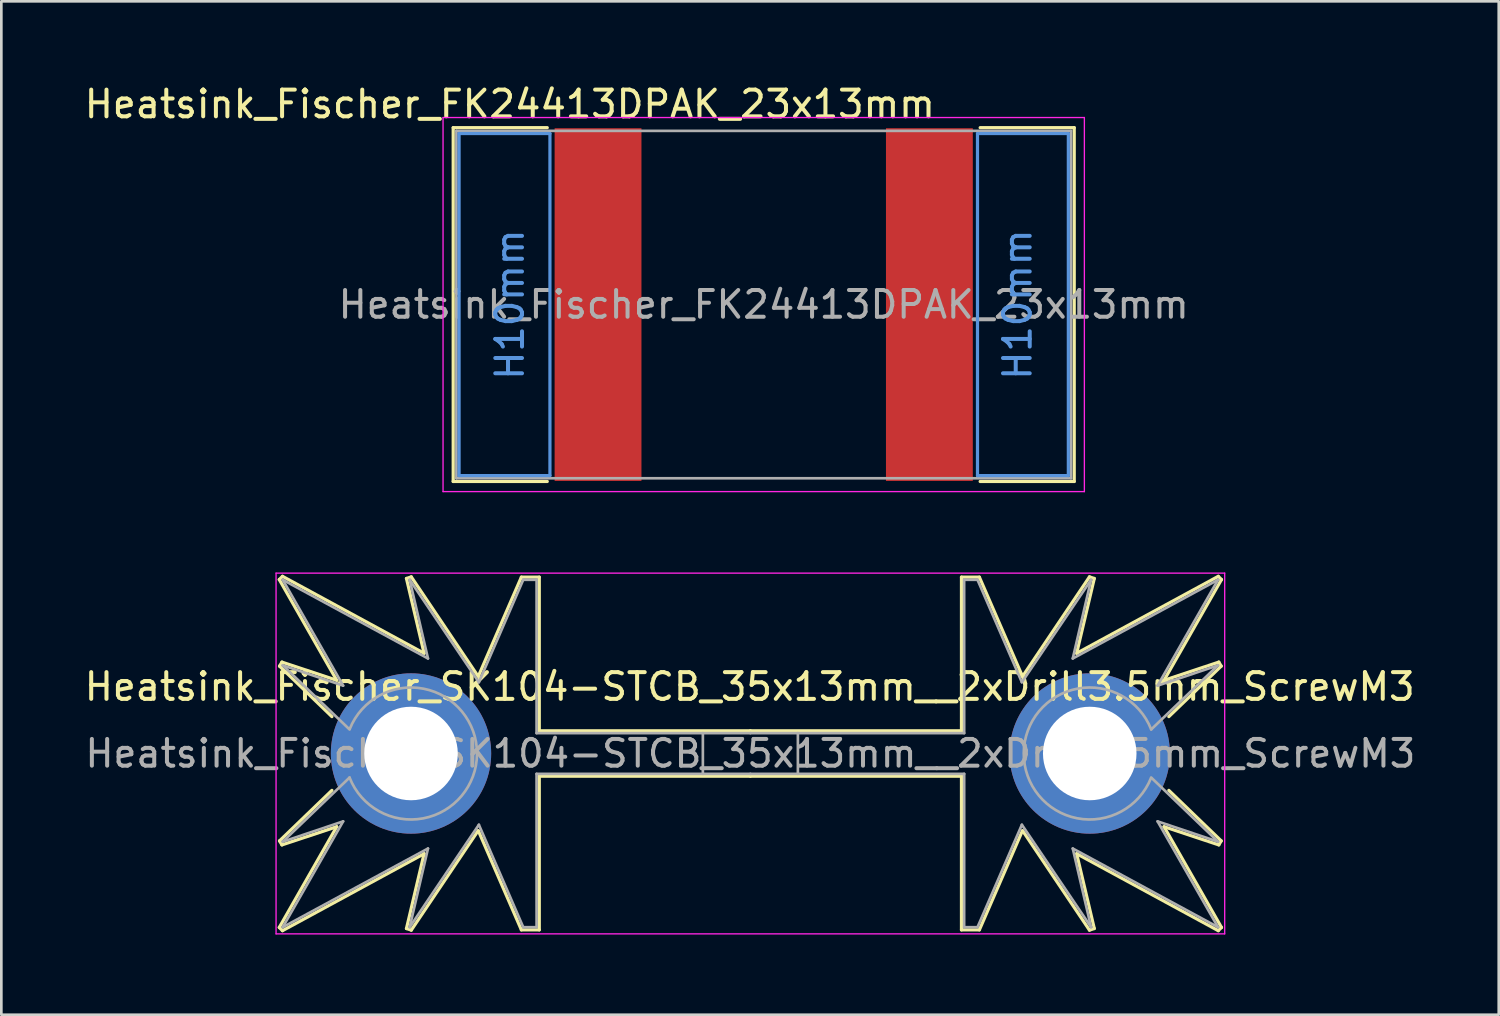
<source format=kicad_pcb>
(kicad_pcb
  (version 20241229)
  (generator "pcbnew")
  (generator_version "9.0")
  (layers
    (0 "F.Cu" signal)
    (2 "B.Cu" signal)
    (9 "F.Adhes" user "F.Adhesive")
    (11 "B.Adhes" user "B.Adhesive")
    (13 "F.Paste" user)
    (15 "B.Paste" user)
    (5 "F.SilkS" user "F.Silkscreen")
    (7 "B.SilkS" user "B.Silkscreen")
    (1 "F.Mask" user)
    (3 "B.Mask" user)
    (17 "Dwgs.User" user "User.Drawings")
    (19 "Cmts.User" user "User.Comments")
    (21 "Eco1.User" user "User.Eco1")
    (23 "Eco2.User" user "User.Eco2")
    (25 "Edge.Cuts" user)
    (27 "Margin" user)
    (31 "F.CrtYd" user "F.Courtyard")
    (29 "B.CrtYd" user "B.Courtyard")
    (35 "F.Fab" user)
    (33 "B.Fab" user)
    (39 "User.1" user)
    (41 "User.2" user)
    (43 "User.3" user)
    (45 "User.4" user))
  (footprint "Heatsink_Fischer_FK24413DPAK_23x13mm"
    (layer "F.Cu")
    (at 25.53 8.348)
    (property "Reference" "Heatsink_Fischer_FK24413DPAK_23x13mm" (at -9.5 -7.5 180) (layer "F.SilkS") (effects (font (size 1 1) (thickness 0.15))))
    (attr smd)
    (fp_line (start -11.62 -6.62) (end -8.1 -6.62) (stroke (width 0.12) (type solid)) (layer "F.SilkS"))
    (fp_line (start -11.62 6.62) (end -11.62 -6.62) (stroke (width 0.12) (type solid)) (layer "F.SilkS"))
    (fp_line (start -11.62 6.62) (end -8.1 6.62) (stroke (width 0.12) (type solid)) (layer "F.SilkS"))
    (fp_line (start 8.1 -6.62) (end 11.62 -6.62) (stroke (width 0.12) (type solid)) (layer "F.SilkS"))
    (fp_line (start 8.1 6.62) (end 11.62 6.62) (stroke (width 0.12) (type solid)) (layer "F.SilkS"))
    (fp_line (start 11.62 -6.62) (end 11.62 6.62) (stroke (width 0.12) (type solid)) (layer "F.SilkS"))
    (fp_line (start -11.4 -6.4) (end -8 -6.4) (stroke (width 0.12) (type solid)) (layer "Cmts.User"))
    (fp_line (start -11.4 6.4) (end -11.4 -6.4) (stroke (width 0.12) (type solid)) (layer "Cmts.User"))
    (fp_line (start -8 -6.4) (end -8 6.4) (stroke (width 0.12) (type solid)) (layer "Cmts.User"))
    (fp_line (start -8 6.4) (end -11.4 6.4) (stroke (width 0.12) (type solid)) (layer "Cmts.User"))
    (fp_line (start 8 6.4) (end 8 -6.4) (stroke (width 0.12) (type solid)) (layer "Cmts.User"))
    (fp_line (start 8 6.4) (end 11.4 6.4) (stroke (width 0.12) (type solid)) (layer "Cmts.User"))
    (fp_line (start 11.4 -6.4) (end 8 -6.4) (stroke (width 0.12) (type solid)) (layer "Cmts.User"))
    (fp_line (start 11.4 6.4) (end 11.4 -6.4) (stroke (width 0.12) (type solid)) (layer "Cmts.User"))
    (fp_line (start -12 -7) (end -12 7) (stroke (width 0.05) (type solid)) (layer "F.CrtYd"))
    (fp_line (start -12 -7) (end 12 -7) (stroke (width 0.05) (type solid)) (layer "F.CrtYd"))
    (fp_line (start 12 7) (end -12 7) (stroke (width 0.05) (type solid)) (layer "F.CrtYd"))
    (fp_line (start 12 7) (end 12 -7) (stroke (width 0.05) (type solid)) (layer "F.CrtYd"))
    (fp_line (start -11.5 -6.5) (end 11.5 -6.5) (stroke (width 0.1) (type solid)) (layer "F.Fab"))
    (fp_line (start -11.5 6.5) (end -11.5 -6.5) (stroke (width 0.1) (type solid)) (layer "F.Fab"))
    (fp_line (start 11.5 -6.5) (end 11.5 6.5) (stroke (width 0.1) (type solid)) (layer "F.Fab"))
    (fp_line (start 11.5 6.5) (end -11.5 6.5) (stroke (width 0.1) (type solid)) (layer "F.Fab"))
    (fp_text user "H10mm" (at 9.5 0 90) (layer "Cmts.User") (effects (font (size 1 1) (thickness 0.15))))
    (fp_text user "H10mm" (at -9.5 0 90) (layer "Cmts.User") (effects (font (size 1 1) (thickness 0.15))))
    (fp_text user "${REFERENCE}" (at 0 0 0) (layer "F.Fab") (effects (font (size 1 1) (thickness 0.15))))
    (pad "1" smd rect (at -6.2 0 180) (size 3.25 13.2) (layers "F.Cu" "F.Mask" "F.Paste"))
    (pad "1" smd rect (at 6.2 0) (size 3.25 13.2) (layers "F.Cu" "F.Mask" "F.Paste")))
  (footprint "Heatsink_Fischer_SK104-STCB_35x13mm__2xDrill3.5mm_ScrewM3"
    (layer "F.Cu")
    (at 25.031 25.148)
    (property "Reference" "Heatsink_Fischer_SK104-STCB_35x13mm__2xDrill3.5mm_ScrewM3" (at -0.025 -2.5 0) (layer "F.SilkS") (effects (font (size 1 1) (thickness 0.15))))
    (attr through_hole)
    (fp_line (start -17.63 -6.51) (end -15.48 -2.74) (stroke (width 0.12) (type solid)) (layer "F.SilkS"))
    (fp_line (start -17.63 6.51) (end -15.48 2.74) (stroke (width 0.12) (type solid)) (layer "F.SilkS"))
    (fp_line (start -17.62 -3.27) (end -15.66 -1.38) (stroke (width 0.12) (type solid)) (layer "F.SilkS"))
    (fp_line (start -17.62 3.27) (end -15.66 1.38) (stroke (width 0.12) (type solid)) (layer "F.SilkS"))
    (fp_line (start -17.53 -3.42) (end -17.62 -3.27) (stroke (width 0.12) (type solid)) (layer "F.SilkS"))
    (fp_line (start -17.53 3.42) (end -17.62 3.27) (stroke (width 0.12) (type solid)) (layer "F.SilkS"))
    (fp_line (start -17.51 -6.63) (end -17.63 -6.51) (stroke (width 0.12) (type solid)) (layer "F.SilkS"))
    (fp_line (start -17.51 6.63) (end -17.63 6.51) (stroke (width 0.12) (type solid)) (layer "F.SilkS"))
    (fp_line (start -15.48 -2.74) (end -17.53 -3.42) (stroke (width 0.12) (type solid)) (layer "F.SilkS"))
    (fp_line (start -15.48 2.74) (end -17.53 3.42) (stroke (width 0.12) (type solid)) (layer "F.SilkS"))
    (fp_line (start -12.87 -6.55) (end -12.21 -3.75) (stroke (width 0.12) (type solid)) (layer "F.SilkS"))
    (fp_line (start -12.87 6.55) (end -12.21 3.75) (stroke (width 0.12) (type solid)) (layer "F.SilkS"))
    (fp_line (start -12.69 -6.61) (end -12.87 -6.55) (stroke (width 0.12) (type solid)) (layer "F.SilkS"))
    (fp_line (start -12.69 6.61) (end -12.87 6.55) (stroke (width 0.12) (type solid)) (layer "F.SilkS"))
    (fp_line (start -12.21 -3.75) (end -17.51 -6.63) (stroke (width 0.12) (type solid)) (layer "F.SilkS"))
    (fp_line (start -12.21 3.75) (end -17.51 6.63) (stroke (width 0.12) (type solid)) (layer "F.SilkS"))
    (fp_line (start -10.19 -2.89) (end -12.69 -6.61) (stroke (width 0.12) (type solid)) (layer "F.SilkS"))
    (fp_line (start -10.19 2.89) (end -12.69 6.61) (stroke (width 0.12) (type solid)) (layer "F.SilkS"))
    (fp_line (start -8.57 -6.6) (end -10.18 -2.89) (stroke (width 0.12) (type solid)) (layer "F.SilkS"))
    (fp_line (start -8.57 6.6) (end -10.18 2.89) (stroke (width 0.12) (type solid)) (layer "F.SilkS"))
    (fp_line (start -7.9 -6.6) (end -8.57 -6.6) (stroke (width 0.12) (type solid)) (layer "F.SilkS"))
    (fp_line (start -7.9 -0.85) (end -7.9 -6.6) (stroke (width 0.12) (type solid)) (layer "F.SilkS"))
    (fp_line (start -7.9 0.85) (end -7.9 6.6) (stroke (width 0.12) (type solid)) (layer "F.SilkS"))
    (fp_line (start -7.9 6.6) (end -8.57 6.6) (stroke (width 0.12) (type solid)) (layer "F.SilkS"))
    (fp_line (start 0 -0.85) (end -7.9 -0.85) (stroke (width 0.12) (type solid)) (layer "F.SilkS"))
    (fp_line (start 0 -0.85) (end 7.9 -0.85) (stroke (width 0.12) (type solid)) (layer "F.SilkS"))
    (fp_line (start 0 0.85) (end -7.9 0.85) (stroke (width 0.12) (type solid)) (layer "F.SilkS"))
    (fp_line (start 0 0.85) (end 7.9 0.85) (stroke (width 0.12) (type solid)) (layer "F.SilkS"))
    (fp_line (start 7.9 -6.6) (end 8.57 -6.6) (stroke (width 0.12) (type solid)) (layer "F.SilkS"))
    (fp_line (start 7.9 -0.85) (end 7.9 -6.6) (stroke (width 0.12) (type solid)) (layer "F.SilkS"))
    (fp_line (start 7.9 0.85) (end 7.9 6.6) (stroke (width 0.12) (type solid)) (layer "F.SilkS"))
    (fp_line (start 7.9 6.6) (end 8.57 6.6) (stroke (width 0.12) (type solid)) (layer "F.SilkS"))
    (fp_line (start 8.57 -6.6) (end 10.18 -2.89) (stroke (width 0.12) (type solid)) (layer "F.SilkS"))
    (fp_line (start 8.57 6.6) (end 10.18 2.89) (stroke (width 0.12) (type solid)) (layer "F.SilkS"))
    (fp_line (start 10.19 -2.89) (end 12.69 -6.61) (stroke (width 0.12) (type solid)) (layer "F.SilkS"))
    (fp_line (start 10.19 2.89) (end 12.69 6.61) (stroke (width 0.12) (type solid)) (layer "F.SilkS"))
    (fp_line (start 12.21 -3.75) (end 17.51 -6.63) (stroke (width 0.12) (type solid)) (layer "F.SilkS"))
    (fp_line (start 12.21 3.75) (end 17.51 6.63) (stroke (width 0.12) (type solid)) (layer "F.SilkS"))
    (fp_line (start 12.69 -6.61) (end 12.87 -6.55) (stroke (width 0.12) (type solid)) (layer "F.SilkS"))
    (fp_line (start 12.69 6.61) (end 12.87 6.55) (stroke (width 0.12) (type solid)) (layer "F.SilkS"))
    (fp_line (start 12.87 -6.55) (end 12.21 -3.75) (stroke (width 0.12) (type solid)) (layer "F.SilkS"))
    (fp_line (start 12.87 6.55) (end 12.21 3.75) (stroke (width 0.12) (type solid)) (layer "F.SilkS"))
    (fp_line (start 15.48 -2.74) (end 17.53 -3.42) (stroke (width 0.12) (type solid)) (layer "F.SilkS"))
    (fp_line (start 15.48 2.74) (end 17.53 3.42) (stroke (width 0.12) (type solid)) (layer "F.SilkS"))
    (fp_line (start 17.51 -6.63) (end 17.63 -6.51) (stroke (width 0.12) (type solid)) (layer "F.SilkS"))
    (fp_line (start 17.51 6.63) (end 17.63 6.51) (stroke (width 0.12) (type solid)) (layer "F.SilkS"))
    (fp_line (start 17.53 -3.42) (end 17.62 -3.27) (stroke (width 0.12) (type solid)) (layer "F.SilkS"))
    (fp_line (start 17.53 3.42) (end 17.62 3.27) (stroke (width 0.12) (type solid)) (layer "F.SilkS"))
    (fp_line (start 17.62 -3.27) (end 15.66 -1.38) (stroke (width 0.12) (type solid)) (layer "F.SilkS"))
    (fp_line (start 17.62 3.27) (end 15.66 1.38) (stroke (width 0.12) (type solid)) (layer "F.SilkS"))
    (fp_line (start 17.63 -6.51) (end 15.48 -2.74) (stroke (width 0.12) (type solid)) (layer "F.SilkS"))
    (fp_line (start 17.63 6.51) (end 15.48 2.74) (stroke (width 0.12) (type solid)) (layer "F.SilkS"))
    (fp_line (start -17.75 -6.75) (end -17.75 6.75) (stroke (width 0.05) (type solid)) (layer "F.CrtYd"))
    (fp_line (start -17.75 -6.75) (end 17.75 -6.75) (stroke (width 0.05) (type solid)) (layer "F.CrtYd"))
    (fp_line (start 17.75 6.75) (end -17.75 6.75) (stroke (width 0.05) (type solid)) (layer "F.CrtYd"))
    (fp_line (start 17.75 6.75) (end 17.75 -6.75) (stroke (width 0.05) (type solid)) (layer "F.CrtYd"))
    (fp_line (start -17.5 -6.5) (end -15.24 -2.54) (stroke (width 0.1) (type solid)) (layer "F.Fab"))
    (fp_line (start -17.5 -6.5) (end -12.065 -3.556) (stroke (width 0.1) (type solid)) (layer "F.Fab"))
    (fp_line (start -17.5 -3.3) (end -15 -0.9) (stroke (width 0.1) (type solid)) (layer "F.Fab"))
    (fp_line (start -17.5 3.3) (end -15 0.9) (stroke (width 0.1) (type solid)) (layer "F.Fab"))
    (fp_line (start -17.5 6.5) (end -15.24 2.54) (stroke (width 0.1) (type solid)) (layer "F.Fab"))
    (fp_line (start -17.5 6.5) (end -12.065 3.556) (stroke (width 0.1) (type solid)) (layer "F.Fab"))
    (fp_line (start -15.24 -2.54) (end -17.5 -3.3) (stroke (width 0.1) (type solid)) (layer "F.Fab"))
    (fp_line (start -15.24 2.54) (end -17.5 3.3) (stroke (width 0.1) (type solid)) (layer "F.Fab"))
    (fp_line (start -12.065 -3.556) (end -12.75 -6.5) (stroke (width 0.1) (type solid)) (layer "F.Fab"))
    (fp_line (start -12.065 3.556) (end -12.75 6.5) (stroke (width 0.1) (type solid)) (layer "F.Fab"))
    (fp_line (start -10.16 -2.667) (end -12.75 -6.5) (stroke (width 0.1) (type solid)) (layer "F.Fab"))
    (fp_line (start -10.16 2.667) (end -12.75 6.5) (stroke (width 0.1) (type solid)) (layer "F.Fab"))
    (fp_line (start -8.5 -6.5) (end -10.16 -2.667) (stroke (width 0.1) (type solid)) (layer "F.Fab"))
    (fp_line (start -8.5 6.5) (end -10.16 2.667) (stroke (width 0.1) (type solid)) (layer "F.Fab"))
    (fp_line (start -8.001 -0.762) (end -8 -6.5) (stroke (width 0.1) (type solid)) (layer "F.Fab"))
    (fp_line (start -8.001 0.762) (end -8 6.5) (stroke (width 0.1) (type solid)) (layer "F.Fab"))
    (fp_line (start -8 -6.5) (end -8.5 -6.5) (stroke (width 0.1) (type solid)) (layer "F.Fab"))
    (fp_line (start -8 6.5) (end -8.5 6.5) (stroke (width 0.1) (type solid)) (layer "F.Fab"))
    (fp_line (start -1.778 0.762) (end -1.778 -0.762) (stroke (width 0.1) (type solid)) (layer "F.Fab"))
    (fp_line (start 0 -0.762) (end -8.001 -0.762) (stroke (width 0.1) (type solid)) (layer "F.Fab"))
    (fp_line (start 0 -0.762) (end 8.001 -0.762) (stroke (width 0.1) (type solid)) (layer "F.Fab"))
    (fp_line (start 0 0.762) (end -8.001 0.762) (stroke (width 0.1) (type solid)) (layer "F.Fab"))
    (fp_line (start 0 0.762) (end 8.001 0.762) (stroke (width 0.1) (type solid)) (layer "F.Fab"))
    (fp_line (start 1.778 -0.762) (end 1.778 0.762) (stroke (width 0.1) (type solid)) (layer "F.Fab"))
    (fp_line (start 8 -6.5) (end 8.5 -6.5) (stroke (width 0.1) (type solid)) (layer "F.Fab"))
    (fp_line (start 8 6.5) (end 8.5 6.5) (stroke (width 0.1) (type solid)) (layer "F.Fab"))
    (fp_line (start 8.001 -0.762) (end 8 -6.5) (stroke (width 0.1) (type solid)) (layer "F.Fab"))
    (fp_line (start 8.001 0.762) (end 8 6.5) (stroke (width 0.1) (type solid)) (layer "F.Fab"))
    (fp_line (start 8.5 -6.5) (end 10.16 -2.667) (stroke (width 0.1) (type solid)) (layer "F.Fab"))
    (fp_line (start 8.5 6.5) (end 10.16 2.667) (stroke (width 0.1) (type solid)) (layer "F.Fab"))
    (fp_line (start 10.16 -2.667) (end 12.75 -6.5) (stroke (width 0.1) (type solid)) (layer "F.Fab"))
    (fp_line (start 10.16 2.667) (end 12.75 6.5) (stroke (width 0.1) (type solid)) (layer "F.Fab"))
    (fp_line (start 12.065 -3.556) (end 12.75 -6.5) (stroke (width 0.1) (type solid)) (layer "F.Fab"))
    (fp_line (start 12.065 3.556) (end 12.75 6.5) (stroke (width 0.1) (type solid)) (layer "F.Fab"))
    (fp_line (start 15.24 -2.54) (end 17.5 -3.3) (stroke (width 0.1) (type solid)) (layer "F.Fab"))
    (fp_line (start 15.24 2.54) (end 17.5 3.3) (stroke (width 0.1) (type solid)) (layer "F.Fab"))
    (fp_line (start 17.5 -6.5) (end 12.065 -3.556) (stroke (width 0.1) (type solid)) (layer "F.Fab"))
    (fp_line (start 17.5 -6.5) (end 15.24 -2.54) (stroke (width 0.1) (type solid)) (layer "F.Fab"))
    (fp_line (start 17.5 -3.3) (end 15 -0.9) (stroke (width 0.1) (type solid)) (layer "F.Fab"))
    (fp_line (start 17.5 3.3) (end 15 0.9) (stroke (width 0.1) (type solid)) (layer "F.Fab"))
    (fp_line (start 17.5 6.5) (end 12.065 3.556) (stroke (width 0.1) (type solid)) (layer "F.Fab"))
    (fp_line (start 17.5 6.5) (end 15.24 2.54) (stroke (width 0.1) (type solid)) (layer "F.Fab"))
    (fp_arc (start -14.99272 -0.918387) (mid -10.230202 0.009888) (end -15 0.9) (stroke (width 0.1) (type solid)) (layer "F.Fab"))
    (fp_arc (start 14.99272 0.918387) (mid 10.230202 -0.009888) (end 15 -0.9) (stroke (width 0.1) (type solid)) (layer "F.Fab"))
    (fp_text user "${REFERENCE}" (at 0 0 0) (layer "F.Fab") (effects (font (size 1 1) (thickness 0.15))))
    (pad "1" thru_hole circle (at -12.7 0 180) (size 6 6) (drill 3.5) (layers "*.Cu" "*.Mask"))
    (pad "1" thru_hole circle (at 12.7 0) (size 6 6) (drill 3.5) (layers "*.Cu" "*.Mask")))
  (gr_rect
    (start -3 -3)
    (end 53.037 34.923)
    (stroke (width 0.1) (type default))
    (fill no)
    (layer "Edge.Cuts")))
</source>
